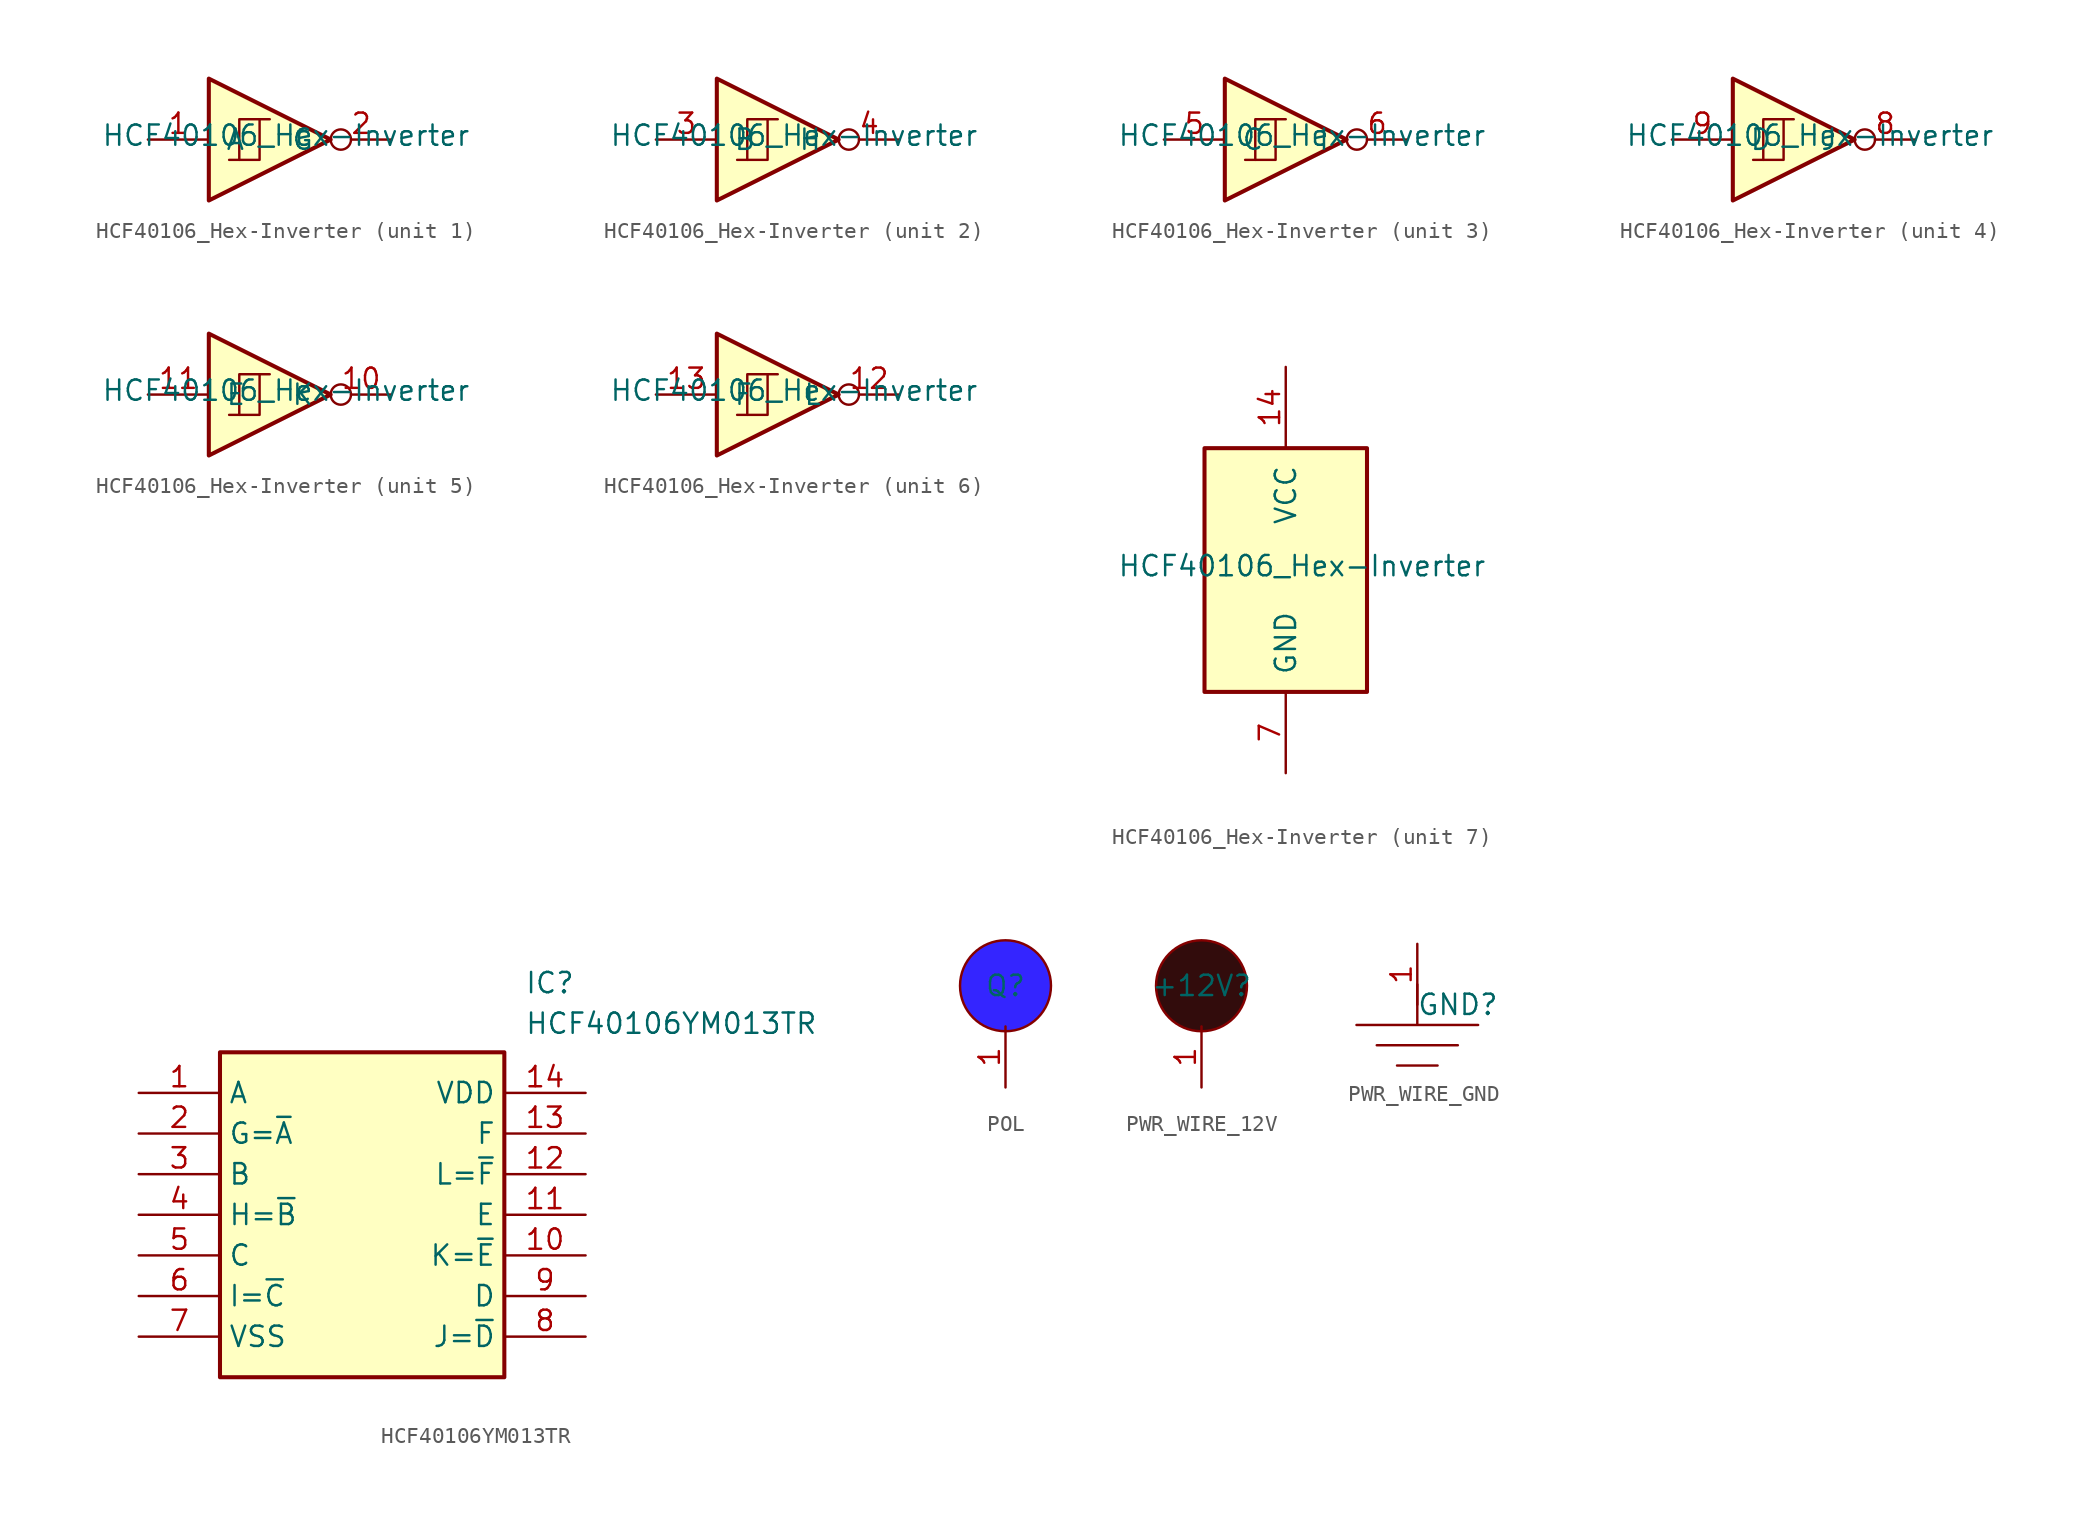
<source format=kicad_sym>
(kicad_symbol_lib
  (version 20241209)
  (generator "kicad_symbol_editor")
  (generator_version "9.0")
  (symbol "HCF40106_Hex-Inverter"
    (pin_names
      (offset 1.016))
    (property "Reference" "U"
      (at 3.81 6.096 0)
      (effects (font (size 1.27 1.27)) (hide yes)))
    (property "Value" "HCF40106_Hex-Inverter"
      (at 1.016 0.254 0)
      (effects (font (size 1.27 1.27))))
    (property "ki_locked" ""
      (at 0 0 0)
      (effects (font (size 1.27 1.27))))
    (symbol "HCF40106_Hex-Inverter_1_0"
      (polyline (pts (xy -3.81 3.81) (xy -3.81 -3.81) (xy 3.81 0) (xy -3.81 3.81)) (stroke (width 0.254) (type default)) (fill (type background)))
      (pin input line (at -7.62 0 0) (length 3.81) (name "A" (effects (font (size 1.27 1.27)))) (number "1" (effects (font (size 1.27 1.27)))))
      (pin output inverted (at 7.62 0 180) (length 3.81) (name "G" (effects (font (size 1.27 1.27)))) (number "2" (effects (font (size 1.27 1.27))))))
    (symbol "HCF40106_Hex-Inverter_1_1"
      (polyline (pts (xy -2.54 -1.27) (xy -0.635 -1.27) (xy -0.635 1.27) (xy 0 1.27)) (stroke (width 0) (type default)) (fill (type none)))
      (polyline (pts (xy -1.905 -1.27) (xy -1.905 1.27) (xy -0.635 1.27)) (stroke (width 0) (type default)) (fill (type none))))
    (symbol "HCF40106_Hex-Inverter_2_0"
      (polyline (pts (xy -3.81 3.81) (xy -3.81 -3.81) (xy 3.81 0) (xy -3.81 3.81)) (stroke (width 0.254) (type default)) (fill (type background)))
      (pin input line (at -7.62 0 0) (length 3.81) (name "B" (effects (font (size 1.27 1.27)))) (number "3" (effects (font (size 1.27 1.27)))))
      (pin output inverted (at 7.62 0 180) (length 3.81) (name "H" (effects (font (size 1.27 1.27)))) (number "4" (effects (font (size 1.27 1.27))))))
    (symbol "HCF40106_Hex-Inverter_2_1"
      (polyline (pts (xy -2.54 -1.27) (xy -0.635 -1.27) (xy -0.635 1.27) (xy 0 1.27)) (stroke (width 0) (type default)) (fill (type none)))
      (polyline (pts (xy -1.905 -1.27) (xy -1.905 1.27) (xy -0.635 1.27)) (stroke (width 0) (type default)) (fill (type none))))
    (symbol "HCF40106_Hex-Inverter_3_0"
      (polyline (pts (xy -3.81 3.81) (xy -3.81 -3.81) (xy 3.81 0) (xy -3.81 3.81)) (stroke (width 0.254) (type default)) (fill (type background)))
      (pin input line (at -7.62 0 0) (length 3.81) (name "C" (effects (font (size 1.27 1.27)))) (number "5" (effects (font (size 1.27 1.27)))))
      (pin output inverted (at 7.62 0 180) (length 3.81) (name "I" (effects (font (size 1.27 1.27)))) (number "6" (effects (font (size 1.27 1.27))))))
    (symbol "HCF40106_Hex-Inverter_3_1"
      (polyline (pts (xy -2.54 -1.27) (xy -0.635 -1.27) (xy -0.635 1.27) (xy 0 1.27)) (stroke (width 0) (type default)) (fill (type none)))
      (polyline (pts (xy -1.905 -1.27) (xy -1.905 1.27) (xy -0.635 1.27)) (stroke (width 0) (type default)) (fill (type none))))
    (symbol "HCF40106_Hex-Inverter_4_0"
      (polyline (pts (xy -3.81 3.81) (xy -3.81 -3.81) (xy 3.81 0) (xy -3.81 3.81)) (stroke (width 0.254) (type default)) (fill (type background)))
      (pin input line (at -7.62 0 0) (length 3.81) (name "D" (effects (font (size 1.27 1.27)))) (number "9" (effects (font (size 1.27 1.27)))))
      (pin output inverted (at 7.62 0 180) (length 3.81) (name "J" (effects (font (size 1.27 1.27)))) (number "8" (effects (font (size 1.27 1.27))))))
    (symbol "HCF40106_Hex-Inverter_4_1"
      (polyline (pts (xy -2.54 -1.27) (xy -0.635 -1.27) (xy -0.635 1.27) (xy 0 1.27)) (stroke (width 0) (type default)) (fill (type none)))
      (polyline (pts (xy -1.905 -1.27) (xy -1.905 1.27) (xy -0.635 1.27)) (stroke (width 0) (type default)) (fill (type none))))
    (symbol "HCF40106_Hex-Inverter_5_0"
      (polyline (pts (xy -3.81 3.81) (xy -3.81 -3.81) (xy 3.81 0) (xy -3.81 3.81)) (stroke (width 0.254) (type default)) (fill (type background)))
      (pin input line (at -7.62 0 0) (length 3.81) (name "E" (effects (font (size 1.27 1.27)))) (number "11" (effects (font (size 1.27 1.27)))))
      (pin output inverted (at 7.62 0 180) (length 3.81) (name "K" (effects (font (size 1.27 1.27)))) (number "10" (effects (font (size 1.27 1.27))))))
    (symbol "HCF40106_Hex-Inverter_5_1"
      (polyline (pts (xy -2.54 -1.27) (xy -0.635 -1.27) (xy -0.635 1.27) (xy 0 1.27)) (stroke (width 0) (type default)) (fill (type none)))
      (polyline (pts (xy -1.905 -1.27) (xy -1.905 1.27) (xy -0.635 1.27)) (stroke (width 0) (type default)) (fill (type none))))
    (symbol "HCF40106_Hex-Inverter_6_0"
      (polyline (pts (xy -3.81 3.81) (xy -3.81 -3.81) (xy 3.81 0) (xy -3.81 3.81)) (stroke (width 0.254) (type default)) (fill (type background)))
      (pin input line (at -7.62 0 0) (length 3.81) (name "F" (effects (font (size 1.27 1.27)))) (number "13" (effects (font (size 1.27 1.27)))))
      (pin output inverted (at 7.62 0 180) (length 3.81) (name "L" (effects (font (size 1.27 1.27)))) (number "12" (effects (font (size 1.27 1.27))))))
    (symbol "HCF40106_Hex-Inverter_6_1"
      (polyline (pts (xy -2.54 -1.27) (xy -0.635 -1.27) (xy -0.635 1.27) (xy 0 1.27)) (stroke (width 0) (type default)) (fill (type none)))
      (polyline (pts (xy -1.905 -1.27) (xy -1.905 1.27) (xy -0.635 1.27)) (stroke (width 0) (type default)) (fill (type none))))
    (symbol "HCF40106_Hex-Inverter_7_0"
      (pin power_in line (at 0 12.7 270) (length 5.08) (name "VCC" (effects (font (size 1.27 1.27)))) (number "14" (effects (font (size 1.27 1.27)))))
      (pin power_in line (at 0 -12.7 90) (length 5.08) (name "GND" (effects (font (size 1.27 1.27)))) (number "7" (effects (font (size 1.27 1.27))))))
    (symbol "HCF40106_Hex-Inverter_7_1"
      (rectangle (start -5.08 7.62) (end 5.08 -7.62) (stroke (width 0.254) (type default)) (fill (type background)))))
  (symbol "HCF40106YM013TR"
    (property "Reference" "IC"
      (at 24.13 7.62 0)
      (effects (font (size 1.27 1.27)) (justify left top)))
    (property "Value" "HCF40106YM013TR"
      (at 24.13 5.08 0)
      (effects (font (size 1.27 1.27)) (justify left top)))
    (symbol "HCF40106YM013TR_1_1"
      (rectangle (start 5.08 2.54) (end 22.86 -17.78) (stroke (width 0.254) (type default)) (fill (type background)))
      (pin passive line (at 0 0 0) (length 5.08) (name "A" (effects (font (size 1.27 1.27)))) (number "1" (effects (font (size 1.27 1.27)))))
      (pin passive line (at 0 -2.54 0) (length 5.08) (name "G=~{A}" (effects (font (size 1.27 1.27)))) (number "2" (effects (font (size 1.27 1.27)))))
      (pin passive line (at 0 -5.08 0) (length 5.08) (name "B" (effects (font (size 1.27 1.27)))) (number "3" (effects (font (size 1.27 1.27)))))
      (pin passive line (at 0 -7.62 0) (length 5.08) (name "H=~{B}" (effects (font (size 1.27 1.27)))) (number "4" (effects (font (size 1.27 1.27)))))
      (pin passive line (at 0 -10.16 0) (length 5.08) (name "C" (effects (font (size 1.27 1.27)))) (number "5" (effects (font (size 1.27 1.27)))))
      (pin passive line (at 0 -12.7 0) (length 5.08) (name "I=~{C}" (effects (font (size 1.27 1.27)))) (number "6" (effects (font (size 1.27 1.27)))))
      (pin passive line (at 0 -15.24 0) (length 5.08) (name "VSS" (effects (font (size 1.27 1.27)))) (number "7" (effects (font (size 1.27 1.27)))))
      (pin passive line (at 27.94 0 180) (length 5.08) (name "VDD" (effects (font (size 1.27 1.27)))) (number "14" (effects (font (size 1.27 1.27)))))
      (pin passive line (at 27.94 -2.54 180) (length 5.08) (name "F" (effects (font (size 1.27 1.27)))) (number "13" (effects (font (size 1.27 1.27)))))
      (pin passive line (at 27.94 -5.08 180) (length 5.08) (name "L=~{F}" (effects (font (size 1.27 1.27)))) (number "12" (effects (font (size 1.27 1.27)))))
      (pin passive line (at 27.94 -7.62 180) (length 5.08) (name "E" (effects (font (size 1.27 1.27)))) (number "11" (effects (font (size 1.27 1.27)))))
      (pin passive line (at 27.94 -10.16 180) (length 5.08) (name "K=~{E}" (effects (font (size 1.27 1.27)))) (number "10" (effects (font (size 1.27 1.27)))))
      (pin passive line (at 27.94 -12.7 180) (length 5.08) (name "D" (effects (font (size 1.27 1.27)))) (number "9" (effects (font (size 1.27 1.27)))))
      (pin passive line (at 27.94 -15.24 180) (length 5.08) (name "J=~{D}" (effects (font (size 1.27 1.27)))) (number "8" (effects (font (size 1.27 1.27)))))))
  (symbol "POL"
    (property "Reference" "Q"
      (at 0 0 0)
      (effects (font (size 1.27 1.27))))
    (property "Value" ""
      (at 0 0 0)
      (effects (font (size 1.27 1.27))))
    (symbol "POL_1_0"
      (pin power_out line (at 0 -6.35 90) (length 3.81) (name "~" (effects (font (size 1.27 1.27)))) (number "1" (effects (font (size 1.27 1.27))))))
    (symbol "POL_1_1"
      (circle (center 0 0) (radius 2.84) (stroke (width 0) (type solid)) (fill (type color) (color 52 37 255 1)))))
  (symbol "PWR_WIRE_12V"
    (property "Reference" "+12V"
      (at 0 0 0)
      (effects (font (size 1.27 1.27))))
    (property "Value" ""
      (at 0 0 0)
      (effects (font (size 1.27 1.27))))
    (symbol "PWR_WIRE_12V_1_0"
      (pin power_in line (at 0 -6.35 90) (length 3.81) (name "~" (effects (font (size 1.27 1.27)))) (number "1" (effects (font (size 1.27 1.27))))))
    (symbol "PWR_WIRE_12V_1_1"
      (circle (center 0 0) (radius 2.84) (stroke (width 0) (type solid)) (fill (type color) (color 50 12 12 1)))))
  (symbol "PWR_WIRE_GND"
    (property "Reference" "GND"
      (at 2.54 0 0)
      (effects (font (size 1.27 1.27))))
    (property "Value" ""
      (at 0 0 0)
      (effects (font (size 1.27 1.27))))
    (symbol "PWR_WIRE_GND_0_1"
      (polyline (pts (xy -2.54 -2.54) (xy 2.54 -2.54)) (stroke (width 0) (type default)) (fill (type none)))
      (polyline (pts (xy -1.27 -3.81) (xy 1.27 -3.81)) (stroke (width 0) (type default)) (fill (type none)))
      (polyline (pts (xy 0 1.27) (xy 0 -1.27) (xy -2.54 -1.27) (xy 2.54 -1.27) (xy 3.81 -1.27) (xy -3.81 -1.27)) (stroke (width 0) (type default)) (fill (type none))))
    (symbol "PWR_WIRE_GND_1_0"
      (pin power_in line (at 0 3.81 270) (length 3.81) (name "~" (effects (font (size 1.27 1.27)))) (number "1" (effects (font (size 1.27 1.27))))))))
</source>
